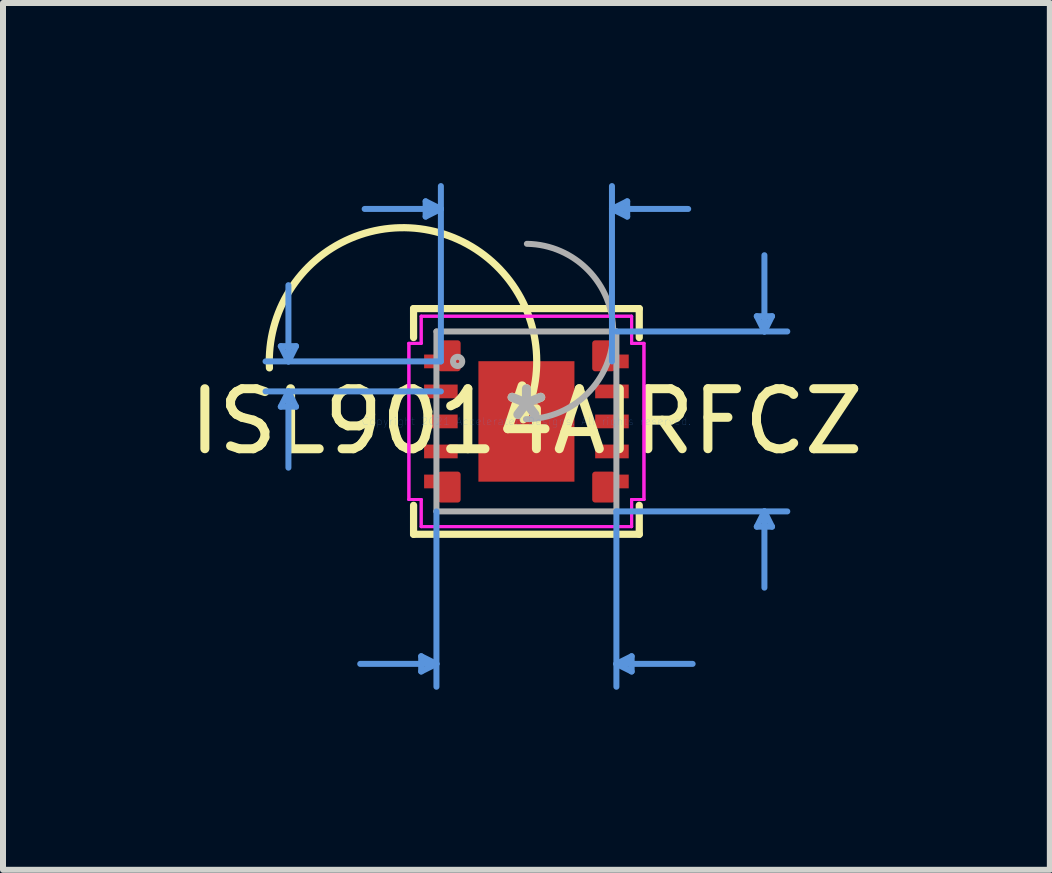
<source format=kicad_pcb>
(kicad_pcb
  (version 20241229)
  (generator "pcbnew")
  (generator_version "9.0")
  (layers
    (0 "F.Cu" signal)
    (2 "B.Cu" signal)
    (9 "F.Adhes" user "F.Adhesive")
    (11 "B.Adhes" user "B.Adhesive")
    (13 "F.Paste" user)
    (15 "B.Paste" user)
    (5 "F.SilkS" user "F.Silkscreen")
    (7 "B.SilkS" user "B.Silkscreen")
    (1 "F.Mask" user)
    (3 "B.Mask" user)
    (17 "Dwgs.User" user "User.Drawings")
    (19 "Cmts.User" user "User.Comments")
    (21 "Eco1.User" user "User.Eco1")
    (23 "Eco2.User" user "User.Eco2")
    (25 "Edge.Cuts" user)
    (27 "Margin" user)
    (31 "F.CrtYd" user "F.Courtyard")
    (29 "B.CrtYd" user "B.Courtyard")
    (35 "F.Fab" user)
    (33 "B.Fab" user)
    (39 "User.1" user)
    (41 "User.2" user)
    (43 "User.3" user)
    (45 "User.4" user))
  (footprint "ISL9014AIRFCZ"
    (layer "F.Cu")
    (at 5.72 3.971)
    (property "Reference" "ISL9014AIRFCZ" (at 0 0 0) (layer "F.SilkS") (effects (font (size 1 1) (thickness 0.15))))
    (attr through_hole)
    (fp_poly (pts (xy -1.425 -1.301) (xy -1.425 -0.886) (xy -1.146 -0.886) (xy -1.146 -1.301)) (stroke (width 0.1) (type solid)) (fill yes) (layer "F.Cu"))
    (fp_poly (pts (xy -1.425 0.886) (xy -1.425 1.301) (xy -1.146 1.301) (xy -1.146 0.886)) (stroke (width 0.1) (type solid)) (fill yes) (layer "F.Cu"))
    (fp_poly (pts (xy 1.146 -1.301) (xy 1.146 -0.886) (xy 1.425 -0.886) (xy 1.425 -1.301)) (stroke (width 0.1) (type solid)) (fill yes) (layer "F.Cu"))
    (fp_poly (pts (xy 1.146 0.886) (xy 1.146 1.301) (xy 1.425 1.301) (xy 1.425 0.886)) (stroke (width 0.1) (type solid)) (fill yes) (layer "F.Cu"))
    (fp_poly (pts (xy -1.704 -1.114) (xy -1.704 -0.886) (xy -1.146 -0.886) (xy -1.146 -1.114)) (stroke (width 0.1) (type solid)) (fill yes) (layer "F.Mask"))
    (fp_poly (pts (xy -1.704 -0.614) (xy -1.704 -0.386) (xy -1.146 -0.386) (xy -1.146 -0.614)) (stroke (width 0.1) (type solid)) (fill yes) (layer "F.Mask"))
    (fp_poly (pts (xy -1.704 -0.114) (xy -1.704 0.114) (xy -1.146 0.114) (xy -1.146 -0.114)) (stroke (width 0.1) (type solid)) (fill yes) (layer "F.Mask"))
    (fp_poly (pts (xy -1.704 0.386) (xy -1.704 0.614) (xy -1.146 0.614) (xy -1.146 0.386)) (stroke (width 0.1) (type solid)) (fill yes) (layer "F.Mask"))
    (fp_poly (pts (xy -1.704 0.886) (xy -1.704 1.114) (xy -1.146 1.114) (xy -1.146 0.886)) (stroke (width 0.1) (type solid)) (fill yes) (layer "F.Mask"))
    (fp_poly (pts (xy 1.146 -1.114) (xy 1.146 -0.886) (xy 1.704 -0.886) (xy 1.704 -1.114)) (stroke (width 0.1) (type solid)) (fill yes) (layer "F.Mask"))
    (fp_poly (pts (xy 1.146 -0.614) (xy 1.146 -0.386) (xy 1.704 -0.386) (xy 1.704 -0.614)) (stroke (width 0.1) (type solid)) (fill yes) (layer "F.Mask"))
    (fp_poly (pts (xy 1.146 -0.114) (xy 1.146 0.114) (xy 1.704 0.114) (xy 1.704 -0.114)) (stroke (width 0.1) (type solid)) (fill yes) (layer "F.Mask"))
    (fp_poly (pts (xy 1.146 0.386) (xy 1.146 0.614) (xy 1.704 0.614) (xy 1.704 0.386)) (stroke (width 0.1) (type solid)) (fill yes) (layer "F.Mask"))
    (fp_poly (pts (xy 1.146 0.886) (xy 1.146 1.114) (xy 1.704 1.114) (xy 1.704 0.886)) (stroke (width 0.1) (type solid)) (fill yes) (layer "F.Mask"))
    (fp_line (start -1.88 -1.88) (end -1.88 -1.397) (stroke (width 0.12) (type solid)) (layer "F.SilkS"))
    (fp_line (start -1.88 1.397) (end -1.88 1.88) (stroke (width 0.12) (type solid)) (layer "F.SilkS"))
    (fp_line (start -1.88 1.88) (end 1.88 1.88) (stroke (width 0.12) (type solid)) (layer "F.SilkS"))
    (fp_line (start 1.88 -1.88) (end -1.88 -1.88) (stroke (width 0.12) (type solid)) (layer "F.SilkS"))
    (fp_line (start 1.88 -1.397) (end 1.88 -1.88) (stroke (width 0.12) (type solid)) (layer "F.SilkS"))
    (fp_line (start 1.88 1.88) (end 1.88 1.397) (stroke (width 0.12) (type solid)) (layer "F.SilkS"))
    (fp_arc (start -4.281224 -0.892206) (mid -1.609645 -3.182661) (end -0.051743 -0.027275) (stroke (width 0.12) (type solid)) (layer "F.SilkS"))
    (fp_poly (pts (xy -1.704 -1.114) (xy -1.704 -0.886) (xy -1.146 -0.886) (xy -1.146 -1.114)) (stroke (width 0.1) (type solid)) (fill yes) (layer "F.Paste"))
    (fp_poly (pts (xy -1.704 -0.614) (xy -1.704 -0.386) (xy -1.146 -0.386) (xy -1.146 -0.614)) (stroke (width 0.1) (type solid)) (fill yes) (layer "F.Paste"))
    (fp_poly (pts (xy -1.704 -0.114) (xy -1.704 0.114) (xy -1.146 0.114) (xy -1.146 -0.114)) (stroke (width 0.1) (type solid)) (fill yes) (layer "F.Paste"))
    (fp_poly (pts (xy -1.704 0.386) (xy -1.704 0.614) (xy -1.146 0.614) (xy -1.146 0.386)) (stroke (width 0.1) (type solid)) (fill yes) (layer "F.Paste"))
    (fp_poly (pts (xy -1.704 0.886) (xy -1.704 1.114) (xy -1.146 1.114) (xy -1.146 0.886)) (stroke (width 0.1) (type solid)) (fill yes) (layer "F.Paste"))
    (fp_poly (pts (xy -0.8 -1.003) (xy -0.8 1.003) (xy 0.8 1.003) (xy 0.8 -1.003)) (stroke (width 0.1) (type solid)) (fill yes) (layer "F.Paste"))
    (fp_poly (pts (xy 1.146 -1.114) (xy 1.146 -0.886) (xy 1.704 -0.886) (xy 1.704 -1.114)) (stroke (width 0.1) (type solid)) (fill yes) (layer "F.Paste"))
    (fp_poly (pts (xy 1.146 -0.614) (xy 1.146 -0.386) (xy 1.704 -0.386) (xy 1.704 -0.614)) (stroke (width 0.1) (type solid)) (fill yes) (layer "F.Paste"))
    (fp_poly (pts (xy 1.146 -0.114) (xy 1.146 0.114) (xy 1.704 0.114) (xy 1.704 -0.114)) (stroke (width 0.1) (type solid)) (fill yes) (layer "F.Paste"))
    (fp_poly (pts (xy 1.146 0.386) (xy 1.146 0.614) (xy 1.704 0.614) (xy 1.704 0.386)) (stroke (width 0.1) (type solid)) (fill yes) (layer "F.Paste"))
    (fp_poly (pts (xy 1.146 0.886) (xy 1.146 1.114) (xy 1.704 1.114) (xy 1.704 0.886)) (stroke (width 0.1) (type solid)) (fill yes) (layer "F.Paste"))
    (fp_line (start -4.092 -1.254) (end -3.838 -1.254) (stroke (width 0.1) (type solid)) (layer "Cmts.User"))
    (fp_line (start -4.092 -0.246) (end -3.838 -0.246) (stroke (width 0.1) (type solid)) (layer "Cmts.User"))
    (fp_line (start -3.965 -1) (end -4.092 -1.254) (stroke (width 0.1) (type solid)) (layer "Cmts.User"))
    (fp_line (start -3.965 -1) (end -3.965 -2.27) (stroke (width 0.1) (type solid)) (layer "Cmts.User"))
    (fp_line (start -3.965 -1) (end -3.838 -1.254) (stroke (width 0.1) (type solid)) (layer "Cmts.User"))
    (fp_line (start -3.965 -0.5) (end -4.092 -0.246) (stroke (width 0.1) (type solid)) (layer "Cmts.User"))
    (fp_line (start -3.965 -0.5) (end -3.965 0.77) (stroke (width 0.1) (type solid)) (layer "Cmts.User"))
    (fp_line (start -3.965 -0.5) (end -3.838 -0.246) (stroke (width 0.1) (type solid)) (layer "Cmts.User"))
    (fp_line (start -1.753 3.912) (end -1.753 4.166) (stroke (width 0.1) (type solid)) (layer "Cmts.User"))
    (fp_line (start -1.679 -3.667) (end -1.679 -3.413) (stroke (width 0.1) (type solid)) (layer "Cmts.User"))
    (fp_line (start -1.499 1.499) (end -1.499 4.42) (stroke (width 0.1) (type solid)) (layer "Cmts.User"))
    (fp_line (start -1.499 4.039) (end -2.769 4.039) (stroke (width 0.1) (type solid)) (layer "Cmts.User"))
    (fp_line (start -1.499 4.039) (end -1.753 3.912) (stroke (width 0.1) (type solid)) (layer "Cmts.User"))
    (fp_line (start -1.499 4.039) (end -1.753 4.166) (stroke (width 0.1) (type solid)) (layer "Cmts.User"))
    (fp_line (start -1.425 -3.54) (end -2.695 -3.54) (stroke (width 0.1) (type solid)) (layer "Cmts.User"))
    (fp_line (start -1.425 -3.54) (end -1.679 -3.667) (stroke (width 0.1) (type solid)) (layer "Cmts.User"))
    (fp_line (start -1.425 -3.54) (end -1.679 -3.413) (stroke (width 0.1) (type solid)) (layer "Cmts.User"))
    (fp_line (start -1.425 -1) (end -4.346 -1) (stroke (width 0.1) (type solid)) (layer "Cmts.User"))
    (fp_line (start -1.425 -1) (end -1.425 -3.921) (stroke (width 0.1) (type solid)) (layer "Cmts.User"))
    (fp_line (start -1.425 -0.5) (end -4.346 -0.5) (stroke (width 0.1) (type solid)) (layer "Cmts.User"))
    (fp_line (start 1.425 -3.54) (end 1.679 -3.667) (stroke (width 0.1) (type solid)) (layer "Cmts.User"))
    (fp_line (start 1.425 -3.54) (end 1.679 -3.413) (stroke (width 0.1) (type solid)) (layer "Cmts.User"))
    (fp_line (start 1.425 -3.54) (end 2.695 -3.54) (stroke (width 0.1) (type solid)) (layer "Cmts.User"))
    (fp_line (start 1.425 -1) (end 1.425 -3.921) (stroke (width 0.1) (type solid)) (layer "Cmts.User"))
    (fp_line (start 1.499 -1.499) (end 4.346 -1.499) (stroke (width 0.1) (type solid)) (layer "Cmts.User"))
    (fp_line (start 1.499 1.499) (end 1.499 4.42) (stroke (width 0.1) (type solid)) (layer "Cmts.User"))
    (fp_line (start 1.499 1.499) (end 4.346 1.499) (stroke (width 0.1) (type solid)) (layer "Cmts.User"))
    (fp_line (start 1.499 4.039) (end 1.753 3.912) (stroke (width 0.1) (type solid)) (layer "Cmts.User"))
    (fp_line (start 1.499 4.039) (end 1.753 4.166) (stroke (width 0.1) (type solid)) (layer "Cmts.User"))
    (fp_line (start 1.499 4.039) (end 2.769 4.039) (stroke (width 0.1) (type solid)) (layer "Cmts.User"))
    (fp_line (start 1.679 -3.667) (end 1.679 -3.413) (stroke (width 0.1) (type solid)) (layer "Cmts.User"))
    (fp_line (start 1.753 3.912) (end 1.753 4.166) (stroke (width 0.1) (type solid)) (layer "Cmts.User"))
    (fp_line (start 3.838 -1.753) (end 4.092 -1.753) (stroke (width 0.1) (type solid)) (layer "Cmts.User"))
    (fp_line (start 3.838 1.753) (end 4.092 1.753) (stroke (width 0.1) (type solid)) (layer "Cmts.User"))
    (fp_line (start 3.965 -1.499) (end 3.838 -1.753) (stroke (width 0.1) (type solid)) (layer "Cmts.User"))
    (fp_line (start 3.965 -1.499) (end 3.965 -2.769) (stroke (width 0.1) (type solid)) (layer "Cmts.User"))
    (fp_line (start 3.965 -1.499) (end 4.092 -1.753) (stroke (width 0.1) (type solid)) (layer "Cmts.User"))
    (fp_line (start 3.965 1.499) (end 3.838 1.753) (stroke (width 0.1) (type solid)) (layer "Cmts.User"))
    (fp_line (start 3.965 1.499) (end 3.965 2.769) (stroke (width 0.1) (type solid)) (layer "Cmts.User"))
    (fp_line (start 3.965 1.499) (end 4.092 1.753) (stroke (width 0.1) (type solid)) (layer "Cmts.User"))
    (fp_line (start -1.958 -1.301) (end -1.753 -1.301) (stroke (width 0.05) (type solid)) (layer "F.CrtYd"))
    (fp_line (start -1.958 -1.301) (end -1.753 -1.301) (stroke (width 0.05) (type solid)) (layer "F.CrtYd"))
    (fp_line (start -1.958 1.301) (end -1.958 -1.301) (stroke (width 0.05) (type solid)) (layer "F.CrtYd"))
    (fp_line (start -1.958 1.301) (end -1.958 -1.301) (stroke (width 0.05) (type solid)) (layer "F.CrtYd"))
    (fp_line (start -1.958 1.301) (end -1.753 1.301) (stroke (width 0.05) (type solid)) (layer "F.CrtYd"))
    (fp_line (start -1.753 -1.753) (end 1.753 -1.753) (stroke (width 0.05) (type solid)) (layer "F.CrtYd"))
    (fp_line (start -1.753 -1.753) (end 1.753 -1.753) (stroke (width 0.05) (type solid)) (layer "F.CrtYd"))
    (fp_line (start -1.753 -1.301) (end -1.753 -1.753) (stroke (width 0.05) (type solid)) (layer "F.CrtYd"))
    (fp_line (start -1.753 -1.301) (end -1.753 -1.753) (stroke (width 0.05) (type solid)) (layer "F.CrtYd"))
    (fp_line (start -1.753 1.301) (end -1.958 1.301) (stroke (width 0.05) (type solid)) (layer "F.CrtYd"))
    (fp_line (start -1.753 1.753) (end -1.753 1.301) (stroke (width 0.05) (type solid)) (layer "F.CrtYd"))
    (fp_line (start -1.753 1.753) (end -1.753 1.301) (stroke (width 0.05) (type solid)) (layer "F.CrtYd"))
    (fp_line (start 1.753 -1.753) (end 1.753 -1.301) (stroke (width 0.05) (type solid)) (layer "F.CrtYd"))
    (fp_line (start 1.753 -1.753) (end 1.753 -1.301) (stroke (width 0.05) (type solid)) (layer "F.CrtYd"))
    (fp_line (start 1.753 -1.301) (end 1.958 -1.301) (stroke (width 0.05) (type solid)) (layer "F.CrtYd"))
    (fp_line (start 1.753 1.301) (end 1.753 1.753) (stroke (width 0.05) (type solid)) (layer "F.CrtYd"))
    (fp_line (start 1.753 1.301) (end 1.753 1.753) (stroke (width 0.05) (type solid)) (layer "F.CrtYd"))
    (fp_line (start 1.753 1.753) (end -1.753 1.753) (stroke (width 0.05) (type solid)) (layer "F.CrtYd"))
    (fp_line (start 1.753 1.753) (end -1.753 1.753) (stroke (width 0.05) (type solid)) (layer "F.CrtYd"))
    (fp_line (start 1.958 -1.301) (end 1.753 -1.301) (stroke (width 0.05) (type solid)) (layer "F.CrtYd"))
    (fp_line (start 1.958 -1.301) (end 1.958 1.301) (stroke (width 0.05) (type solid)) (layer "F.CrtYd"))
    (fp_line (start 1.958 -1.301) (end 1.958 1.301) (stroke (width 0.05) (type solid)) (layer "F.CrtYd"))
    (fp_line (start 1.958 1.301) (end 1.753 1.301) (stroke (width 0.05) (type solid)) (layer "F.CrtYd"))
    (fp_line (start 1.958 1.301) (end 1.753 1.301) (stroke (width 0.05) (type solid)) (layer "F.CrtYd"))
    (fp_line (start -1.499 -1.499) (end -1.499 1.499) (stroke (width 0.1) (type solid)) (layer "F.Fab"))
    (fp_line (start -1.499 1.499) (end 1.499 1.499) (stroke (width 0.1) (type solid)) (layer "F.Fab"))
    (fp_line (start 1.499 -1.499) (end -1.499 -1.499) (stroke (width 0.1) (type solid)) (layer "F.Fab"))
    (fp_line (start 1.499 1.499) (end 1.499 -1.499) (stroke (width 0.1) (type solid)) (layer "F.Fab"))
    (fp_arc (start 0.007742 -2.959136) (mid 1.460536 -1.490858) (end -0.007742 -0.038064) (stroke (width 0.1) (type solid)) (layer "F.Fab"))
    (fp_circle (center -1.146 -1) (end -1.069 -1) (stroke (width 0.1) (type solid)) (fill no) (layer "F.Fab"))
    (fp_text user "*" (at 0 0 0) (layer "F.SilkS") (effects (font (size 1 1) (thickness 0.15))))
    (fp_text user "Copyright 2021 Accelerated Designs. All rights reserved." (at 0 0 0) (layer "Cmts.User") (effects (font (size 0.127 0.127) (thickness 0.002))))
    (fp_text user "*" (at 0 0 0) (layer "F.Fab") (effects (font (size 1 1) (thickness 0.15))))
    (pad "1" smd rect (at -1.425 -1) (size 0.559 0.229) (layers "F.Cu" "F.Mask" "F.Paste"))
    (pad "2" smd rect (at -1.425 -0.5) (size 0.559 0.229) (layers "F.Cu" "F.Mask" "F.Paste"))
    (pad "3" smd rect (at -1.425 0) (size 0.559 0.229) (layers "F.Cu" "F.Mask" "F.Paste"))
    (pad "4" smd rect (at -1.425 0.5) (size 0.559 0.229) (layers "F.Cu" "F.Mask" "F.Paste"))
    (pad "5" smd rect (at -1.425 1) (size 0.559 0.229) (layers "F.Cu" "F.Mask" "F.Paste"))
    (pad "6" smd rect (at 1.425 1) (size 0.559 0.229) (layers "F.Cu" "F.Mask" "F.Paste"))
    (pad "7" smd rect (at 1.425 0.5) (size 0.559 0.229) (layers "F.Cu" "F.Mask" "F.Paste"))
    (pad "8" smd rect (at 1.425 0) (size 0.559 0.229) (layers "F.Cu" "F.Mask" "F.Paste"))
    (pad "9" smd rect (at 1.425 -0.5) (size 0.559 0.229) (layers "F.Cu" "F.Mask" "F.Paste"))
    (pad "10" smd rect (at 1.425 -1) (size 0.559 0.229) (layers "F.Cu" "F.Mask" "F.Paste"))
    (pad "11" smd rect (at 0 0) (size 1.6 2.007) (layers "F.Cu" "F.Mask")))
  (gr_rect
    (start -3 -3)
    (end 14.44 11.441)
    (stroke (width 0.1) (type default))
    (fill no)
    (layer "Edge.Cuts")))
</source>
